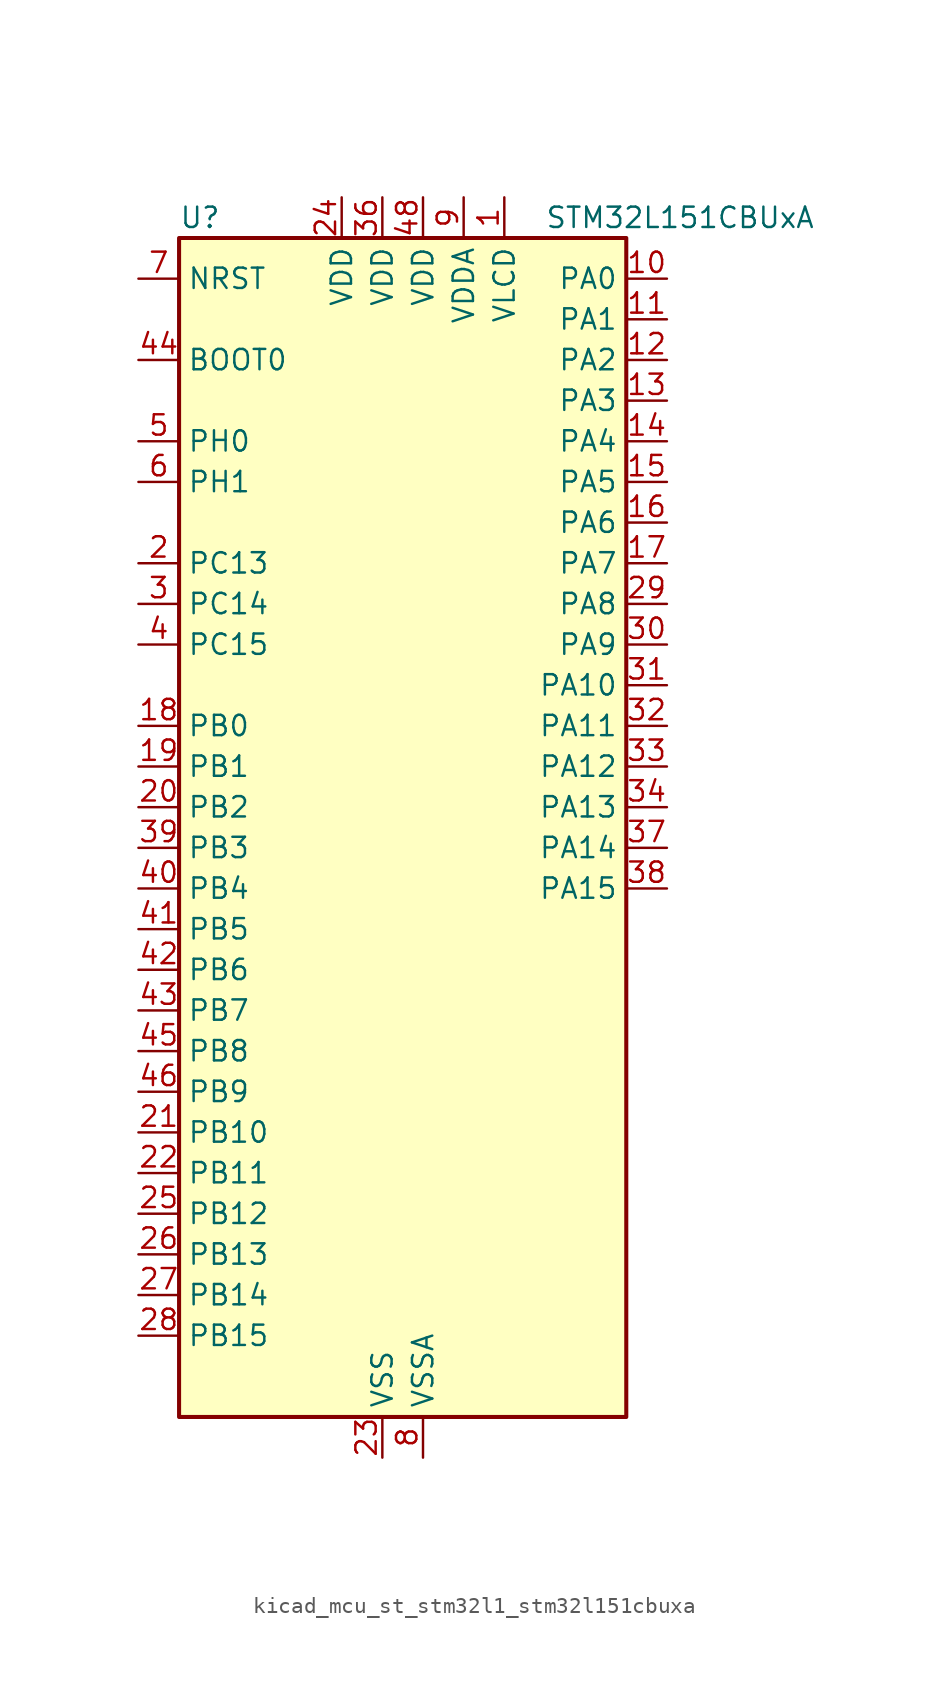
<source format=kicad_sym>
(kicad_symbol_lib
  (version 20220914)
  (generator kicad_symbol_editor)
  (symbol "kicad_mcu_st_stm32l1_stm32l151cbuxa"
    (property "Reference" "U"
      (at -12.7 39.37 0)
      (effects (font (size 1.27 1.27)) (justify left)))
    (property "Value" "STM32L151CBUxA"
      (at 10.16 39.37 0)
      (effects (font (size 1.27 1.27)) (justify left)))
    (property "ki_locked" ""
      (at 0 0 0)
      (effects (font (size 1.27 1.27))))
    (symbol "kicad_mcu_st_stm32l1_stm32l151cbuxa_0_1"
      (rectangle (start -12.7 -35.56) (end 15.24 38.1) (stroke (width 0.254) (type default)) (fill (type background))))
    (symbol "kicad_mcu_st_stm32l1_stm32l151cbuxa_1_1"
      (pin power_in line (at 7.62 40.64 270) (length 2.54) (name "VLCD" (effects (font (size 1.27 1.27)))) (number "1" (effects (font (size 1.27 1.27)))))
      (pin bidirectional line (at 17.78 35.56 180) (length 2.54) (name "PA0" (effects (font (size 1.27 1.27)))) (number "10" (effects (font (size 1.27 1.27)))) (alternate "ADC_IN0" bidirectional line) (alternate "COMP1_INP" bidirectional line) (alternate "RTC_TAMP2" bidirectional line) (alternate "SYS_WKUP1" bidirectional line) (alternate "TIM2_CH1" bidirectional line) (alternate "TIM2_ETR" bidirectional line) (alternate "TIMX_IC1" bidirectional line) (alternate "TS_G1_IO1" bidirectional line) (alternate "USART2_CTS" bidirectional line))
      (pin bidirectional line (at 17.78 33.02 180) (length 2.54) (name "PA1" (effects (font (size 1.27 1.27)))) (number "11" (effects (font (size 1.27 1.27)))) (alternate "ADC_IN1" bidirectional line) (alternate "COMP1_INP" bidirectional line) (alternate "TIM2_CH2" bidirectional line) (alternate "TIMX_IC2" bidirectional line) (alternate "TS_G1_IO2" bidirectional line) (alternate "USART2_RTS" bidirectional line))
      (pin bidirectional line (at 17.78 30.48 180) (length 2.54) (name "PA2" (effects (font (size 1.27 1.27)))) (number "12" (effects (font (size 1.27 1.27)))) (alternate "ADC_IN2" bidirectional line) (alternate "COMP1_INP" bidirectional line) (alternate "TIM2_CH3" bidirectional line) (alternate "TIM9_CH1" bidirectional line) (alternate "TIMX_IC3" bidirectional line) (alternate "TS_G1_IO3" bidirectional line) (alternate "USART2_TX" bidirectional line))
      (pin bidirectional line (at 17.78 27.94 180) (length 2.54) (name "PA3" (effects (font (size 1.27 1.27)))) (number "13" (effects (font (size 1.27 1.27)))) (alternate "ADC_IN3" bidirectional line) (alternate "COMP1_INP" bidirectional line) (alternate "TIM2_CH4" bidirectional line) (alternate "TIM9_CH2" bidirectional line) (alternate "TIMX_IC4" bidirectional line) (alternate "TS_G1_IO4" bidirectional line) (alternate "USART2_RX" bidirectional line))
      (pin bidirectional line (at 17.78 25.4 180) (length 2.54) (name "PA4" (effects (font (size 1.27 1.27)))) (number "14" (effects (font (size 1.27 1.27)))) (alternate "ADC_IN4" bidirectional line) (alternate "COMP1_INP" bidirectional line) (alternate "DAC_OUT1" bidirectional line) (alternate "SPI1_NSS" bidirectional line) (alternate "TIMX_IC1" bidirectional line) (alternate "USART2_CK" bidirectional line))
      (pin bidirectional line (at 17.78 22.86 180) (length 2.54) (name "PA5" (effects (font (size 1.27 1.27)))) (number "15" (effects (font (size 1.27 1.27)))) (alternate "ADC_IN5" bidirectional line) (alternate "COMP1_INP" bidirectional line) (alternate "DAC_OUT2" bidirectional line) (alternate "SPI1_SCK" bidirectional line) (alternate "TIM2_CH1" bidirectional line) (alternate "TIM2_ETR" bidirectional line) (alternate "TIMX_IC2" bidirectional line))
      (pin bidirectional line (at 17.78 20.32 180) (length 2.54) (name "PA6" (effects (font (size 1.27 1.27)))) (number "16" (effects (font (size 1.27 1.27)))) (alternate "ADC_IN6" bidirectional line) (alternate "COMP1_INP" bidirectional line) (alternate "SPI1_MISO" bidirectional line) (alternate "TIM10_CH1" bidirectional line) (alternate "TIM3_CH1" bidirectional line) (alternate "TIMX_IC3" bidirectional line) (alternate "TS_G2_IO1" bidirectional line))
      (pin bidirectional line (at 17.78 17.78 180) (length 2.54) (name "PA7" (effects (font (size 1.27 1.27)))) (number "17" (effects (font (size 1.27 1.27)))) (alternate "ADC_IN7" bidirectional line) (alternate "COMP1_INP" bidirectional line) (alternate "SPI1_MOSI" bidirectional line) (alternate "TIM11_CH1" bidirectional line) (alternate "TIM3_CH2" bidirectional line) (alternate "TIMX_IC4" bidirectional line) (alternate "TS_G2_IO2" bidirectional line))
      (pin bidirectional line (at -15.24 7.62 0) (length 2.54) (name "PB0" (effects (font (size 1.27 1.27)))) (number "18" (effects (font (size 1.27 1.27)))) (alternate "ADC_IN8" bidirectional line) (alternate "COMP1_INP" bidirectional line) (alternate "SYS_V_REF_OUT" bidirectional line) (alternate "TIM3_CH3" bidirectional line) (alternate "TS_G3_IO1" bidirectional line))
      (pin bidirectional line (at -15.24 5.08 0) (length 2.54) (name "PB1" (effects (font (size 1.27 1.27)))) (number "19" (effects (font (size 1.27 1.27)))) (alternate "ADC_IN9" bidirectional line) (alternate "COMP1_INP" bidirectional line) (alternate "SYS_V_REF_OUT" bidirectional line) (alternate "TIM3_CH4" bidirectional line) (alternate "TS_G3_IO2" bidirectional line))
      (pin bidirectional line (at -15.24 17.78 0) (length 2.54) (name "PC13" (effects (font (size 1.27 1.27)))) (number "2" (effects (font (size 1.27 1.27)))) (alternate "RTC_OUT_ALARM" bidirectional line) (alternate "RTC_OUT_CALIB" bidirectional line) (alternate "RTC_TAMP1" bidirectional line) (alternate "RTC_TS" bidirectional line) (alternate "SYS_WKUP2" bidirectional line) (alternate "TIMX_IC2" bidirectional line))
      (pin bidirectional line (at -15.24 2.54 0) (length 2.54) (name "PB2" (effects (font (size 1.27 1.27)))) (number "20" (effects (font (size 1.27 1.27)))) (alternate "TS_G3_IO3" bidirectional line))
      (pin bidirectional line (at -15.24 -17.78 0) (length 2.54) (name "PB10" (effects (font (size 1.27 1.27)))) (number "21" (effects (font (size 1.27 1.27)))) (alternate "I2C2_SCL" bidirectional line) (alternate "TIM2_CH3" bidirectional line) (alternate "USART3_TX" bidirectional line))
      (pin bidirectional line (at -15.24 -20.32 0) (length 2.54) (name "PB11" (effects (font (size 1.27 1.27)))) (number "22" (effects (font (size 1.27 1.27)))) (alternate "ADC_EXTI11" bidirectional line) (alternate "I2C2_SDA" bidirectional line) (alternate "TIM2_CH4" bidirectional line) (alternate "USART3_RX" bidirectional line))
      (pin power_in line (at 0 -38.1 90) (length 2.54) (name "VSS" (effects (font (size 1.27 1.27)))) (number "23" (effects (font (size 1.27 1.27)))))
      (pin power_in line (at -2.54 40.64 270) (length 2.54) (name "VDD" (effects (font (size 1.27 1.27)))) (number "24" (effects (font (size 1.27 1.27)))))
      (pin bidirectional line (at -15.24 -22.86 0) (length 2.54) (name "PB12" (effects (font (size 1.27 1.27)))) (number "25" (effects (font (size 1.27 1.27)))) (alternate "ADC_IN18" bidirectional line) (alternate "COMP1_INP" bidirectional line) (alternate "I2C2_SMBA" bidirectional line) (alternate "SPI2_NSS" bidirectional line) (alternate "TIM10_CH1" bidirectional line) (alternate "TS_G7_IO1" bidirectional line) (alternate "USART3_CK" bidirectional line))
      (pin bidirectional line (at -15.24 -25.4 0) (length 2.54) (name "PB13" (effects (font (size 1.27 1.27)))) (number "26" (effects (font (size 1.27 1.27)))) (alternate "ADC_IN19" bidirectional line) (alternate "COMP1_INP" bidirectional line) (alternate "SPI2_SCK" bidirectional line) (alternate "TIM9_CH1" bidirectional line) (alternate "TS_G7_IO2" bidirectional line) (alternate "USART3_CTS" bidirectional line))
      (pin bidirectional line (at -15.24 -27.94 0) (length 2.54) (name "PB14" (effects (font (size 1.27 1.27)))) (number "27" (effects (font (size 1.27 1.27)))) (alternate "ADC_IN20" bidirectional line) (alternate "COMP1_INP" bidirectional line) (alternate "SPI2_MISO" bidirectional line) (alternate "TIM9_CH2" bidirectional line) (alternate "TS_G7_IO3" bidirectional line) (alternate "USART3_RTS" bidirectional line))
      (pin bidirectional line (at -15.24 -30.48 0) (length 2.54) (name "PB15" (effects (font (size 1.27 1.27)))) (number "28" (effects (font (size 1.27 1.27)))) (alternate "ADC_EXTI15" bidirectional line) (alternate "ADC_IN21" bidirectional line) (alternate "COMP1_INP" bidirectional line) (alternate "RTC_REFIN" bidirectional line) (alternate "SPI2_MOSI" bidirectional line) (alternate "TIM11_CH1" bidirectional line) (alternate "TS_G7_IO4" bidirectional line))
      (pin bidirectional line (at 17.78 15.24 180) (length 2.54) (name "PA8" (effects (font (size 1.27 1.27)))) (number "29" (effects (font (size 1.27 1.27)))) (alternate "RCC_MCO" bidirectional line) (alternate "TIMX_IC1" bidirectional line) (alternate "TS_G4_IO1" bidirectional line) (alternate "USART1_CK" bidirectional line))
      (pin bidirectional line (at -15.24 15.24 0) (length 2.54) (name "PC14" (effects (font (size 1.27 1.27)))) (number "3" (effects (font (size 1.27 1.27)))) (alternate "RCC_OSC32_IN" bidirectional line) (alternate "TIMX_IC3" bidirectional line))
      (pin bidirectional line (at 17.78 12.7 180) (length 2.54) (name "PA9" (effects (font (size 1.27 1.27)))) (number "30" (effects (font (size 1.27 1.27)))) (alternate "DAC_EXTI9" bidirectional line) (alternate "TIMX_IC2" bidirectional line) (alternate "TS_G4_IO2" bidirectional line) (alternate "USART1_TX" bidirectional line))
      (pin bidirectional line (at 17.78 10.16 180) (length 2.54) (name "PA10" (effects (font (size 1.27 1.27)))) (number "31" (effects (font (size 1.27 1.27)))) (alternate "TIMX_IC3" bidirectional line) (alternate "TS_G4_IO3" bidirectional line) (alternate "USART1_RX" bidirectional line))
      (pin bidirectional line (at 17.78 7.62 180) (length 2.54) (name "PA11" (effects (font (size 1.27 1.27)))) (number "32" (effects (font (size 1.27 1.27)))) (alternate "ADC_EXTI11" bidirectional line) (alternate "SPI1_MISO" bidirectional line) (alternate "TIMX_IC4" bidirectional line) (alternate "USART1_CTS" bidirectional line) (alternate "USB_DM" bidirectional line))
      (pin bidirectional line (at 17.78 5.08 180) (length 2.54) (name "PA12" (effects (font (size 1.27 1.27)))) (number "33" (effects (font (size 1.27 1.27)))) (alternate "SPI1_MOSI" bidirectional line) (alternate "TIMX_IC1" bidirectional line) (alternate "USART1_RTS" bidirectional line) (alternate "USB_DP" bidirectional line))
      (pin bidirectional line (at 17.78 2.54 180) (length 2.54) (name "PA13" (effects (font (size 1.27 1.27)))) (number "34" (effects (font (size 1.27 1.27)))) (alternate "SYS_JTMS-SWDIO" bidirectional line) (alternate "TIMX_IC2" bidirectional line) (alternate "TS_G5_IO1" bidirectional line))
      (pin passive line (at 0 -38.1 90) (length 2.54) hide (name "VSS" (effects (font (size 1.27 1.27)))) (number "35" (effects (font (size 1.27 1.27)))))
      (pin power_in line (at 0 40.64 270) (length 2.54) (name "VDD" (effects (font (size 1.27 1.27)))) (number "36" (effects (font (size 1.27 1.27)))))
      (pin bidirectional line (at 17.78 0 180) (length 2.54) (name "PA14" (effects (font (size 1.27 1.27)))) (number "37" (effects (font (size 1.27 1.27)))) (alternate "SYS_JTCK-SWCLK" bidirectional line) (alternate "TIMX_IC3" bidirectional line) (alternate "TS_G5_IO2" bidirectional line))
      (pin bidirectional line (at 17.78 -2.54 180) (length 2.54) (name "PA15" (effects (font (size 1.27 1.27)))) (number "38" (effects (font (size 1.27 1.27)))) (alternate "ADC_EXTI15" bidirectional line) (alternate "SPI1_NSS" bidirectional line) (alternate "SYS_JTDI" bidirectional line) (alternate "TIM2_CH1" bidirectional line) (alternate "TIM2_ETR" bidirectional line) (alternate "TIMX_IC4" bidirectional line) (alternate "TS_G5_IO3" bidirectional line))
      (pin bidirectional line (at -15.24 0 0) (length 2.54) (name "PB3" (effects (font (size 1.27 1.27)))) (number "39" (effects (font (size 1.27 1.27)))) (alternate "COMP2_INM" bidirectional line) (alternate "SPI1_SCK" bidirectional line) (alternate "SYS_JTDO-TRACESWO" bidirectional line) (alternate "TIM2_CH2" bidirectional line))
      (pin bidirectional line (at -15.24 12.7 0) (length 2.54) (name "PC15" (effects (font (size 1.27 1.27)))) (number "4" (effects (font (size 1.27 1.27)))) (alternate "ADC_EXTI15" bidirectional line) (alternate "RCC_OSC32_OUT" bidirectional line) (alternate "TIMX_IC4" bidirectional line))
      (pin bidirectional line (at -15.24 -2.54 0) (length 2.54) (name "PB4" (effects (font (size 1.27 1.27)))) (number "40" (effects (font (size 1.27 1.27)))) (alternate "COMP2_INP" bidirectional line) (alternate "SPI1_MISO" bidirectional line) (alternate "SYS_JTRST" bidirectional line) (alternate "TIM3_CH1" bidirectional line) (alternate "TS_G6_IO1" bidirectional line))
      (pin bidirectional line (at -15.24 -5.08 0) (length 2.54) (name "PB5" (effects (font (size 1.27 1.27)))) (number "41" (effects (font (size 1.27 1.27)))) (alternate "COMP2_INP" bidirectional line) (alternate "I2C1_SMBA" bidirectional line) (alternate "SPI1_MOSI" bidirectional line) (alternate "TIM3_CH2" bidirectional line) (alternate "TS_G6_IO2" bidirectional line))
      (pin bidirectional line (at -15.24 -7.62 0) (length 2.54) (name "PB6" (effects (font (size 1.27 1.27)))) (number "42" (effects (font (size 1.27 1.27)))) (alternate "I2C1_SCL" bidirectional line) (alternate "TIM4_CH1" bidirectional line) (alternate "TS_G6_IO3" bidirectional line) (alternate "USART1_TX" bidirectional line))
      (pin bidirectional line (at -15.24 -10.16 0) (length 2.54) (name "PB7" (effects (font (size 1.27 1.27)))) (number "43" (effects (font (size 1.27 1.27)))) (alternate "I2C1_SDA" bidirectional line) (alternate "SYS_PVD_IN" bidirectional line) (alternate "TIM4_CH2" bidirectional line) (alternate "TS_G6_IO4" bidirectional line) (alternate "USART1_RX" bidirectional line))
      (pin input line (at -15.24 30.48 0) (length 2.54) (name "BOOT0" (effects (font (size 1.27 1.27)))) (number "44" (effects (font (size 1.27 1.27)))))
      (pin bidirectional line (at -15.24 -12.7 0) (length 2.54) (name "PB8" (effects (font (size 1.27 1.27)))) (number "45" (effects (font (size 1.27 1.27)))) (alternate "I2C1_SCL" bidirectional line) (alternate "TIM10_CH1" bidirectional line) (alternate "TIM4_CH3" bidirectional line))
      (pin bidirectional line (at -15.24 -15.24 0) (length 2.54) (name "PB9" (effects (font (size 1.27 1.27)))) (number "46" (effects (font (size 1.27 1.27)))) (alternate "DAC_EXTI9" bidirectional line) (alternate "I2C1_SDA" bidirectional line) (alternate "TIM11_CH1" bidirectional line) (alternate "TIM4_CH4" bidirectional line))
      (pin passive line (at 0 -38.1 90) (length 2.54) hide (name "VSS" (effects (font (size 1.27 1.27)))) (number "47" (effects (font (size 1.27 1.27)))))
      (pin power_in line (at 2.54 40.64 270) (length 2.54) (name "VDD" (effects (font (size 1.27 1.27)))) (number "48" (effects (font (size 1.27 1.27)))))
      (pin passive line (at 0 -38.1 90) (length 2.54) hide (name "VSS" (effects (font (size 1.27 1.27)))) (number "49" (effects (font (size 1.27 1.27)))))
      (pin bidirectional line (at -15.24 25.4 0) (length 2.54) (name "PH0" (effects (font (size 1.27 1.27)))) (number "5" (effects (font (size 1.27 1.27)))) (alternate "RCC_OSC_IN" bidirectional line))
      (pin bidirectional line (at -15.24 22.86 0) (length 2.54) (name "PH1" (effects (font (size 1.27 1.27)))) (number "6" (effects (font (size 1.27 1.27)))) (alternate "RCC_OSC_OUT" bidirectional line))
      (pin input line (at -15.24 35.56 0) (length 2.54) (name "NRST" (effects (font (size 1.27 1.27)))) (number "7" (effects (font (size 1.27 1.27)))))
      (pin power_in line (at 2.54 -38.1 90) (length 2.54) (name "VSSA" (effects (font (size 1.27 1.27)))) (number "8" (effects (font (size 1.27 1.27)))))
      (pin power_in line (at 5.08 40.64 270) (length 2.54) (name "VDDA" (effects (font (size 1.27 1.27)))) (number "9" (effects (font (size 1.27 1.27))))))))
</source>
